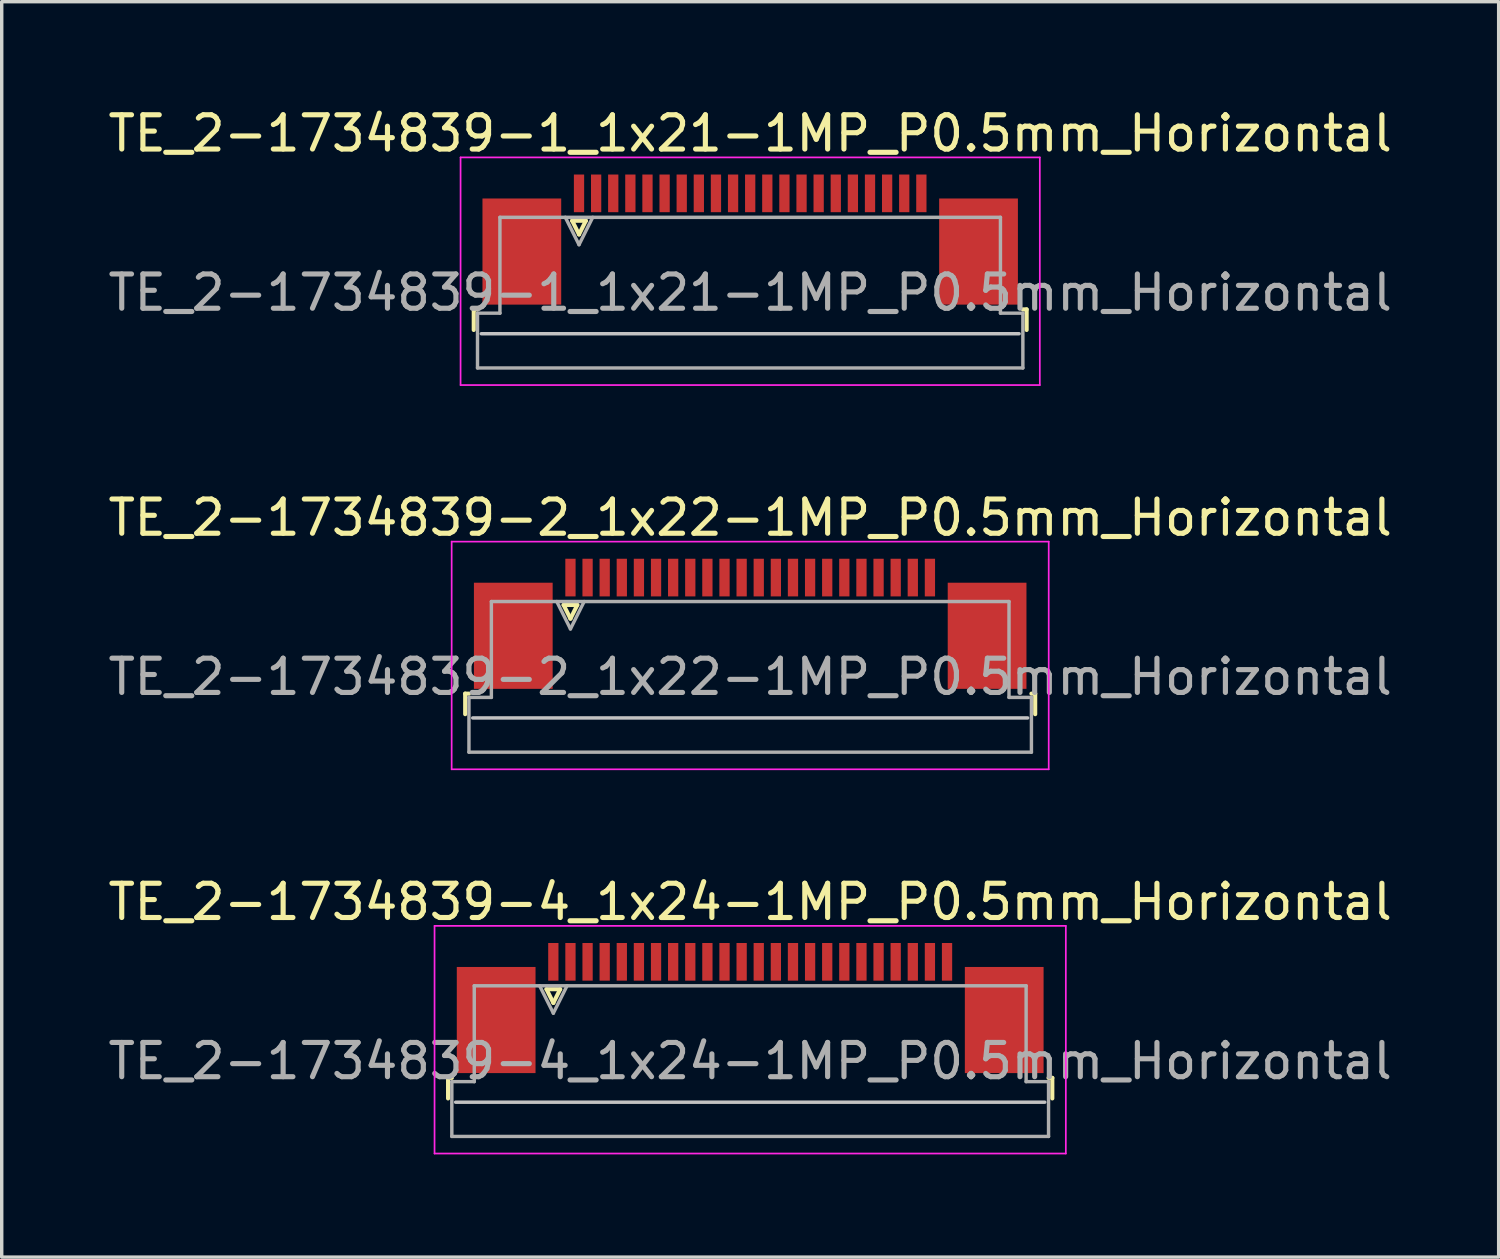
<source format=kicad_pcb>
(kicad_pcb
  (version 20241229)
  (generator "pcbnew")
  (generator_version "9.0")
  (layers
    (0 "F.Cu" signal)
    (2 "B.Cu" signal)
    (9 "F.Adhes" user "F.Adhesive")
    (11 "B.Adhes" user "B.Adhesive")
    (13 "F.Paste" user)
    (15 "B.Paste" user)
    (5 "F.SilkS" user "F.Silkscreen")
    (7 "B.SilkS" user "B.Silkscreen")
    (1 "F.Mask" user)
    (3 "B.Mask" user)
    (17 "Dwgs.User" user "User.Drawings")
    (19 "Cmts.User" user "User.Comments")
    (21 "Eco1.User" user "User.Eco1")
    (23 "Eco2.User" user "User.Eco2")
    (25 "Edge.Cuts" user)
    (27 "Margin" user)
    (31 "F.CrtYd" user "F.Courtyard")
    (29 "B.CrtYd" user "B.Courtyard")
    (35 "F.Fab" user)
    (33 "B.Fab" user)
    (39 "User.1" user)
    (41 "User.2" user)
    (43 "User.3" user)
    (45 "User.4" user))
  (footprint "TE_2-1734839-2_1x22-1MP_P0.5mm_Horizontal"
    (layer "F.Cu")
    (at 18.863 15.171)
    (property "Reference" "TE_2-1734839-2_1x22-1MP_P0.5mm_Horizontal" (at 0 -3.1 0) (layer "F.SilkS") (effects (font (size 1 1) (thickness 0.15))))
    (attr smd)
    (fp_line (start -8.325 2.04) (end -8.325 2.64) (stroke (width 0.12) (type solid)) (layer "F.SilkS"))
    (fp_line (start -8.215 2.04) (end -8.325 2.04) (stroke (width 0.12) (type solid)) (layer "F.SilkS"))
    (fp_line (start -5.45 -0.55) (end -5.25 -0.15) (stroke (width 0.12) (type solid)) (layer "F.SilkS"))
    (fp_line (start -5.25 -0.15) (end -5.05 -0.55) (stroke (width 0.12) (type solid)) (layer "F.SilkS"))
    (fp_line (start -5.05 -0.55) (end -5.45 -0.55) (stroke (width 0.12) (type solid)) (layer "F.SilkS"))
    (fp_line (start 8.215 2.04) (end 8.325 2.04) (stroke (width 0.12) (type solid)) (layer "F.SilkS"))
    (fp_line (start 8.325 2.04) (end 8.325 2.64) (stroke (width 0.12) (type solid)) (layer "F.SilkS"))
    (fp_line (start 8.105 2.75) (end -8.105 2.75) (stroke (width 0.1) (type solid)) (layer "Dwgs.User"))
    (fp_line (start -8.72 -2.4) (end -8.72 4.25) (stroke (width 0.05) (type solid)) (layer "F.CrtYd"))
    (fp_line (start -8.72 4.25) (end 8.72 4.25) (stroke (width 0.05) (type solid)) (layer "F.CrtYd"))
    (fp_line (start 8.72 -2.4) (end -8.72 -2.4) (stroke (width 0.05) (type solid)) (layer "F.CrtYd"))
    (fp_line (start 8.72 4.25) (end 8.72 -2.4) (stroke (width 0.05) (type solid)) (layer "F.CrtYd"))
    (fp_line (start -8.215 2.15) (end -7.56 2.15) (stroke (width 0.1) (type solid)) (layer "F.Fab"))
    (fp_line (start -8.215 3.75) (end -8.215 2.15) (stroke (width 0.1) (type solid)) (layer "F.Fab"))
    (fp_line (start -7.56 -0.65) (end 7.56 -0.65) (stroke (width 0.1) (type solid)) (layer "F.Fab"))
    (fp_line (start -7.56 2.15) (end -7.56 -0.65) (stroke (width 0.1) (type solid)) (layer "F.Fab"))
    (fp_line (start -5.65 -0.65) (end -5.25 0.15) (stroke (width 0.1) (type solid)) (layer "F.Fab"))
    (fp_line (start -5.25 0.15) (end -4.85 -0.65) (stroke (width 0.1) (type solid)) (layer "F.Fab"))
    (fp_line (start 7.56 -0.65) (end 7.56 2.15) (stroke (width 0.1) (type solid)) (layer "F.Fab"))
    (fp_line (start 7.56 2.15) (end 8.215 2.15) (stroke (width 0.1) (type solid)) (layer "F.Fab"))
    (fp_line (start 8.215 2.15) (end 8.215 3.75) (stroke (width 0.1) (type solid)) (layer "F.Fab"))
    (fp_line (start 8.215 3.75) (end -8.215 3.75) (stroke (width 0.1) (type solid)) (layer "F.Fab"))
    (fp_text user "${REFERENCE}" (at 0 1.55 0) (layer "F.Fab") (effects (font (size 1 1) (thickness 0.15))))
    (pad "1" smd rect (at -5.25 -1.35) (size 0.3 1.1) (layers "F.Cu" "F.Mask" "F.Paste"))
    (pad "2" smd rect (at -4.75 -1.35) (size 0.3 1.1) (layers "F.Cu" "F.Mask" "F.Paste"))
    (pad "3" smd rect (at -4.25 -1.35) (size 0.3 1.1) (layers "F.Cu" "F.Mask" "F.Paste"))
    (pad "4" smd rect (at -3.75 -1.35) (size 0.3 1.1) (layers "F.Cu" "F.Mask" "F.Paste"))
    (pad "5" smd rect (at -3.25 -1.35) (size 0.3 1.1) (layers "F.Cu" "F.Mask" "F.Paste"))
    (pad "6" smd rect (at -2.75 -1.35) (size 0.3 1.1) (layers "F.Cu" "F.Mask" "F.Paste"))
    (pad "7" smd rect (at -2.25 -1.35) (size 0.3 1.1) (layers "F.Cu" "F.Mask" "F.Paste"))
    (pad "8" smd rect (at -1.75 -1.35) (size 0.3 1.1) (layers "F.Cu" "F.Mask" "F.Paste"))
    (pad "9" smd rect (at -1.25 -1.35) (size 0.3 1.1) (layers "F.Cu" "F.Mask" "F.Paste"))
    (pad "10" smd rect (at -0.75 -1.35) (size 0.3 1.1) (layers "F.Cu" "F.Mask" "F.Paste"))
    (pad "11" smd rect (at -0.25 -1.35) (size 0.3 1.1) (layers "F.Cu" "F.Mask" "F.Paste"))
    (pad "12" smd rect (at 0.25 -1.35) (size 0.3 1.1) (layers "F.Cu" "F.Mask" "F.Paste"))
    (pad "13" smd rect (at 0.75 -1.35) (size 0.3 1.1) (layers "F.Cu" "F.Mask" "F.Paste"))
    (pad "14" smd rect (at 1.25 -1.35) (size 0.3 1.1) (layers "F.Cu" "F.Mask" "F.Paste"))
    (pad "15" smd rect (at 1.75 -1.35) (size 0.3 1.1) (layers "F.Cu" "F.Mask" "F.Paste"))
    (pad "16" smd rect (at 2.25 -1.35) (size 0.3 1.1) (layers "F.Cu" "F.Mask" "F.Paste"))
    (pad "17" smd rect (at 2.75 -1.35) (size 0.3 1.1) (layers "F.Cu" "F.Mask" "F.Paste"))
    (pad "18" smd rect (at 3.25 -1.35) (size 0.3 1.1) (layers "F.Cu" "F.Mask" "F.Paste"))
    (pad "19" smd rect (at 3.75 -1.35) (size 0.3 1.1) (layers "F.Cu" "F.Mask" "F.Paste"))
    (pad "20" smd rect (at 4.25 -1.35) (size 0.3 1.1) (layers "F.Cu" "F.Mask" "F.Paste"))
    (pad "21" smd rect (at 4.75 -1.35) (size 0.3 1.1) (layers "F.Cu" "F.Mask" "F.Paste"))
    (pad "22" smd rect (at 5.25 -1.35) (size 0.3 1.1) (layers "F.Cu" "F.Mask" "F.Paste"))
    (pad "MP" smd rect (at -6.92 0.35) (size 2.3 3.1) (layers "F.Cu" "F.Mask" "F.Paste"))
    (pad "MP" smd rect (at 6.92 0.35) (size 2.3 3.1) (layers "F.Cu" "F.Mask" "F.Paste")))
  (footprint "TE_2-1734839-1_1x21-1MP_P0.5mm_Horizontal"
    (layer "F.Cu")
    (at 18.863 3.948)
    (property "Reference" "TE_2-1734839-1_1x21-1MP_P0.5mm_Horizontal" (at 0 -3.1 0) (layer "F.SilkS") (effects (font (size 1 1) (thickness 0.15))))
    (attr smd)
    (fp_line (start -8.075 2.04) (end -8.075 2.64) (stroke (width 0.12) (type solid)) (layer "F.SilkS"))
    (fp_line (start -7.965 2.04) (end -8.075 2.04) (stroke (width 0.12) (type solid)) (layer "F.SilkS"))
    (fp_line (start -5.2 -0.55) (end -5 -0.15) (stroke (width 0.12) (type solid)) (layer "F.SilkS"))
    (fp_line (start -5 -0.15) (end -4.8 -0.55) (stroke (width 0.12) (type solid)) (layer "F.SilkS"))
    (fp_line (start -4.8 -0.55) (end -5.2 -0.55) (stroke (width 0.12) (type solid)) (layer "F.SilkS"))
    (fp_line (start 7.965 2.04) (end 8.075 2.04) (stroke (width 0.12) (type solid)) (layer "F.SilkS"))
    (fp_line (start 8.075 2.04) (end 8.075 2.64) (stroke (width 0.12) (type solid)) (layer "F.SilkS"))
    (fp_line (start 7.855 2.75) (end -7.855 2.75) (stroke (width 0.1) (type solid)) (layer "Dwgs.User"))
    (fp_line (start -8.46 -2.4) (end -8.46 4.25) (stroke (width 0.05) (type solid)) (layer "F.CrtYd"))
    (fp_line (start -8.46 4.25) (end 8.46 4.25) (stroke (width 0.05) (type solid)) (layer "F.CrtYd"))
    (fp_line (start 8.46 -2.4) (end -8.46 -2.4) (stroke (width 0.05) (type solid)) (layer "F.CrtYd"))
    (fp_line (start 8.46 4.25) (end 8.46 -2.4) (stroke (width 0.05) (type solid)) (layer "F.CrtYd"))
    (fp_line (start -7.965 2.15) (end -7.31 2.15) (stroke (width 0.1) (type solid)) (layer "F.Fab"))
    (fp_line (start -7.965 3.75) (end -7.965 2.15) (stroke (width 0.1) (type solid)) (layer "F.Fab"))
    (fp_line (start -7.31 -0.65) (end 7.31 -0.65) (stroke (width 0.1) (type solid)) (layer "F.Fab"))
    (fp_line (start -7.31 2.15) (end -7.31 -0.65) (stroke (width 0.1) (type solid)) (layer "F.Fab"))
    (fp_line (start -5.4 -0.65) (end -5 0.15) (stroke (width 0.1) (type solid)) (layer "F.Fab"))
    (fp_line (start -5 0.15) (end -4.6 -0.65) (stroke (width 0.1) (type solid)) (layer "F.Fab"))
    (fp_line (start 7.31 -0.65) (end 7.31 2.15) (stroke (width 0.1) (type solid)) (layer "F.Fab"))
    (fp_line (start 7.31 2.15) (end 7.965 2.15) (stroke (width 0.1) (type solid)) (layer "F.Fab"))
    (fp_line (start 7.965 2.15) (end 7.965 3.75) (stroke (width 0.1) (type solid)) (layer "F.Fab"))
    (fp_line (start 7.965 3.75) (end -7.965 3.75) (stroke (width 0.1) (type solid)) (layer "F.Fab"))
    (fp_text user "${REFERENCE}" (at 0 1.55 0) (layer "F.Fab") (effects (font (size 1 1) (thickness 0.15))))
    (pad "1" smd rect (at -5 -1.35) (size 0.3 1.1) (layers "F.Cu" "F.Mask" "F.Paste"))
    (pad "2" smd rect (at -4.5 -1.35) (size 0.3 1.1) (layers "F.Cu" "F.Mask" "F.Paste"))
    (pad "3" smd rect (at -4 -1.35) (size 0.3 1.1) (layers "F.Cu" "F.Mask" "F.Paste"))
    (pad "4" smd rect (at -3.5 -1.35) (size 0.3 1.1) (layers "F.Cu" "F.Mask" "F.Paste"))
    (pad "5" smd rect (at -3 -1.35) (size 0.3 1.1) (layers "F.Cu" "F.Mask" "F.Paste"))
    (pad "6" smd rect (at -2.5 -1.35) (size 0.3 1.1) (layers "F.Cu" "F.Mask" "F.Paste"))
    (pad "7" smd rect (at -2 -1.35) (size 0.3 1.1) (layers "F.Cu" "F.Mask" "F.Paste"))
    (pad "8" smd rect (at -1.5 -1.35) (size 0.3 1.1) (layers "F.Cu" "F.Mask" "F.Paste"))
    (pad "9" smd rect (at -1 -1.35) (size 0.3 1.1) (layers "F.Cu" "F.Mask" "F.Paste"))
    (pad "10" smd rect (at -0.5 -1.35) (size 0.3 1.1) (layers "F.Cu" "F.Mask" "F.Paste"))
    (pad "11" smd rect (at 0 -1.35) (size 0.3 1.1) (layers "F.Cu" "F.Mask" "F.Paste"))
    (pad "12" smd rect (at 0.5 -1.35) (size 0.3 1.1) (layers "F.Cu" "F.Mask" "F.Paste"))
    (pad "13" smd rect (at 1 -1.35) (size 0.3 1.1) (layers "F.Cu" "F.Mask" "F.Paste"))
    (pad "14" smd rect (at 1.5 -1.35) (size 0.3 1.1) (layers "F.Cu" "F.Mask" "F.Paste"))
    (pad "15" smd rect (at 2 -1.35) (size 0.3 1.1) (layers "F.Cu" "F.Mask" "F.Paste"))
    (pad "16" smd rect (at 2.5 -1.35) (size 0.3 1.1) (layers "F.Cu" "F.Mask" "F.Paste"))
    (pad "17" smd rect (at 3 -1.35) (size 0.3 1.1) (layers "F.Cu" "F.Mask" "F.Paste"))
    (pad "18" smd rect (at 3.5 -1.35) (size 0.3 1.1) (layers "F.Cu" "F.Mask" "F.Paste"))
    (pad "19" smd rect (at 4 -1.35) (size 0.3 1.1) (layers "F.Cu" "F.Mask" "F.Paste"))
    (pad "20" smd rect (at 4.5 -1.35) (size 0.3 1.1) (layers "F.Cu" "F.Mask" "F.Paste"))
    (pad "21" smd rect (at 5 -1.35) (size 0.3 1.1) (layers "F.Cu" "F.Mask" "F.Paste"))
    (pad "MP" smd rect (at -6.67 0.35) (size 2.3 3.1) (layers "F.Cu" "F.Mask" "F.Paste"))
    (pad "MP" smd rect (at 6.67 0.35) (size 2.3 3.1) (layers "F.Cu" "F.Mask" "F.Paste")))
  (footprint "TE_2-1734839-4_1x24-1MP_P0.5mm_Horizontal"
    (layer "F.Cu")
    (at 18.863 26.395)
    (property "Reference" "TE_2-1734839-4_1x24-1MP_P0.5mm_Horizontal" (at 0 -3.1 0) (layer "F.SilkS") (effects (font (size 1 1) (thickness 0.15))))
    (attr smd)
    (fp_line (start -8.825 2.04) (end -8.825 2.64) (stroke (width 0.12) (type solid)) (layer "F.SilkS"))
    (fp_line (start -8.715 2.04) (end -8.825 2.04) (stroke (width 0.12) (type solid)) (layer "F.SilkS"))
    (fp_line (start -5.95 -0.55) (end -5.75 -0.15) (stroke (width 0.12) (type solid)) (layer "F.SilkS"))
    (fp_line (start -5.75 -0.15) (end -5.55 -0.55) (stroke (width 0.12) (type solid)) (layer "F.SilkS"))
    (fp_line (start -5.55 -0.55) (end -5.95 -0.55) (stroke (width 0.12) (type solid)) (layer "F.SilkS"))
    (fp_line (start 8.715 2.04) (end 8.825 2.04) (stroke (width 0.12) (type solid)) (layer "F.SilkS"))
    (fp_line (start 8.825 2.04) (end 8.825 2.64) (stroke (width 0.12) (type solid)) (layer "F.SilkS"))
    (fp_line (start 8.605 2.75) (end -8.605 2.75) (stroke (width 0.1) (type solid)) (layer "Dwgs.User"))
    (fp_line (start -9.22 -2.4) (end -9.22 4.25) (stroke (width 0.05) (type solid)) (layer "F.CrtYd"))
    (fp_line (start -9.22 4.25) (end 9.22 4.25) (stroke (width 0.05) (type solid)) (layer "F.CrtYd"))
    (fp_line (start 9.22 -2.4) (end -9.22 -2.4) (stroke (width 0.05) (type solid)) (layer "F.CrtYd"))
    (fp_line (start 9.22 4.25) (end 9.22 -2.4) (stroke (width 0.05) (type solid)) (layer "F.CrtYd"))
    (fp_line (start -8.715 2.15) (end -8.06 2.15) (stroke (width 0.1) (type solid)) (layer "F.Fab"))
    (fp_line (start -8.715 3.75) (end -8.715 2.15) (stroke (width 0.1) (type solid)) (layer "F.Fab"))
    (fp_line (start -8.06 -0.65) (end 8.06 -0.65) (stroke (width 0.1) (type solid)) (layer "F.Fab"))
    (fp_line (start -8.06 2.15) (end -8.06 -0.65) (stroke (width 0.1) (type solid)) (layer "F.Fab"))
    (fp_line (start -6.15 -0.65) (end -5.75 0.15) (stroke (width 0.1) (type solid)) (layer "F.Fab"))
    (fp_line (start -5.75 0.15) (end -5.35 -0.65) (stroke (width 0.1) (type solid)) (layer "F.Fab"))
    (fp_line (start 8.06 -0.65) (end 8.06 2.15) (stroke (width 0.1) (type solid)) (layer "F.Fab"))
    (fp_line (start 8.06 2.15) (end 8.715 2.15) (stroke (width 0.1) (type solid)) (layer "F.Fab"))
    (fp_line (start 8.715 2.15) (end 8.715 3.75) (stroke (width 0.1) (type solid)) (layer "F.Fab"))
    (fp_line (start 8.715 3.75) (end -8.715 3.75) (stroke (width 0.1) (type solid)) (layer "F.Fab"))
    (fp_text user "${REFERENCE}" (at 0 1.55 0) (layer "F.Fab") (effects (font (size 1 1) (thickness 0.15))))
    (pad "1" smd rect (at -5.75 -1.35) (size 0.3 1.1) (layers "F.Cu" "F.Mask" "F.Paste"))
    (pad "2" smd rect (at -5.25 -1.35) (size 0.3 1.1) (layers "F.Cu" "F.Mask" "F.Paste"))
    (pad "3" smd rect (at -4.75 -1.35) (size 0.3 1.1) (layers "F.Cu" "F.Mask" "F.Paste"))
    (pad "4" smd rect (at -4.25 -1.35) (size 0.3 1.1) (layers "F.Cu" "F.Mask" "F.Paste"))
    (pad "5" smd rect (at -3.75 -1.35) (size 0.3 1.1) (layers "F.Cu" "F.Mask" "F.Paste"))
    (pad "6" smd rect (at -3.25 -1.35) (size 0.3 1.1) (layers "F.Cu" "F.Mask" "F.Paste"))
    (pad "7" smd rect (at -2.75 -1.35) (size 0.3 1.1) (layers "F.Cu" "F.Mask" "F.Paste"))
    (pad "8" smd rect (at -2.25 -1.35) (size 0.3 1.1) (layers "F.Cu" "F.Mask" "F.Paste"))
    (pad "9" smd rect (at -1.75 -1.35) (size 0.3 1.1) (layers "F.Cu" "F.Mask" "F.Paste"))
    (pad "10" smd rect (at -1.25 -1.35) (size 0.3 1.1) (layers "F.Cu" "F.Mask" "F.Paste"))
    (pad "11" smd rect (at -0.75 -1.35) (size 0.3 1.1) (layers "F.Cu" "F.Mask" "F.Paste"))
    (pad "12" smd rect (at -0.25 -1.35) (size 0.3 1.1) (layers "F.Cu" "F.Mask" "F.Paste"))
    (pad "13" smd rect (at 0.25 -1.35) (size 0.3 1.1) (layers "F.Cu" "F.Mask" "F.Paste"))
    (pad "14" smd rect (at 0.75 -1.35) (size 0.3 1.1) (layers "F.Cu" "F.Mask" "F.Paste"))
    (pad "15" smd rect (at 1.25 -1.35) (size 0.3 1.1) (layers "F.Cu" "F.Mask" "F.Paste"))
    (pad "16" smd rect (at 1.75 -1.35) (size 0.3 1.1) (layers "F.Cu" "F.Mask" "F.Paste"))
    (pad "17" smd rect (at 2.25 -1.35) (size 0.3 1.1) (layers "F.Cu" "F.Mask" "F.Paste"))
    (pad "18" smd rect (at 2.75 -1.35) (size 0.3 1.1) (layers "F.Cu" "F.Mask" "F.Paste"))
    (pad "19" smd rect (at 3.25 -1.35) (size 0.3 1.1) (layers "F.Cu" "F.Mask" "F.Paste"))
    (pad "20" smd rect (at 3.75 -1.35) (size 0.3 1.1) (layers "F.Cu" "F.Mask" "F.Paste"))
    (pad "21" smd rect (at 4.25 -1.35) (size 0.3 1.1) (layers "F.Cu" "F.Mask" "F.Paste"))
    (pad "22" smd rect (at 4.75 -1.35) (size 0.3 1.1) (layers "F.Cu" "F.Mask" "F.Paste"))
    (pad "23" smd rect (at 5.25 -1.35) (size 0.3 1.1) (layers "F.Cu" "F.Mask" "F.Paste"))
    (pad "24" smd rect (at 5.75 -1.35) (size 0.3 1.1) (layers "F.Cu" "F.Mask" "F.Paste"))
    (pad "MP" smd rect (at -7.42 0.35) (size 2.3 3.1) (layers "F.Cu" "F.Mask" "F.Paste"))
    (pad "MP" smd rect (at 7.42 0.35) (size 2.3 3.1) (layers "F.Cu" "F.Mask" "F.Paste")))
  (gr_rect
    (start -3 -3)
    (end 40.726 33.67)
    (stroke (width 0.1) (type default))
    (fill no)
    (layer "Edge.Cuts")))
</source>
